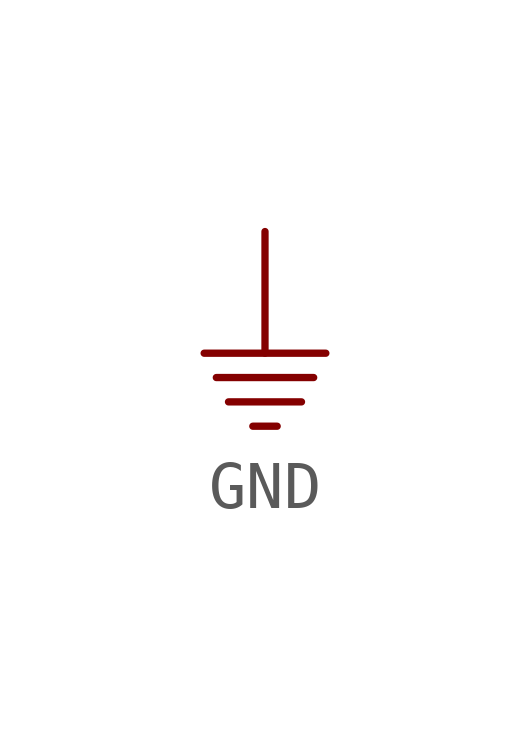
<source format=kicad_sym>
(kicad_symbol_lib
  (version 20220914)
  (generator kicad_symbol_editor)
  (symbol "GND"
    (power)
    (pin_numbers hide)
    (pin_names
      (offset 0) hide)
    (property "Reference" "#GND"
      (at -4.064 -0.508 0)
      (effects (font (size 1.27 1.27)) hide))
    (symbol "GND_0_1"
      (polyline (pts (xy -1.27 -2.54) (xy 1.27 -2.54)) (stroke (width 0) (type solid)) (fill (type none)))
      (polyline (pts (xy -1.016 -3.048) (xy 1.016 -3.048)) (stroke (width 0) (type solid)) (fill (type none)))
      (polyline (pts (xy -0.762 -3.556) (xy 0.762 -3.556)) (stroke (width 0) (type solid)) (fill (type none)))
      (polyline (pts (xy -0.254 -4.064) (xy 0.254 -4.064)) (stroke (width 0) (type solid)) (fill (type none))))
    (symbol "GND_1_1"
      (pin power_in line (at 0 0 270) (length 2.54) (name "GND" (effects (font (size 1.27 1.27)))) (number "1" (effects (font (size 1.27 1.27))))))))
</source>
